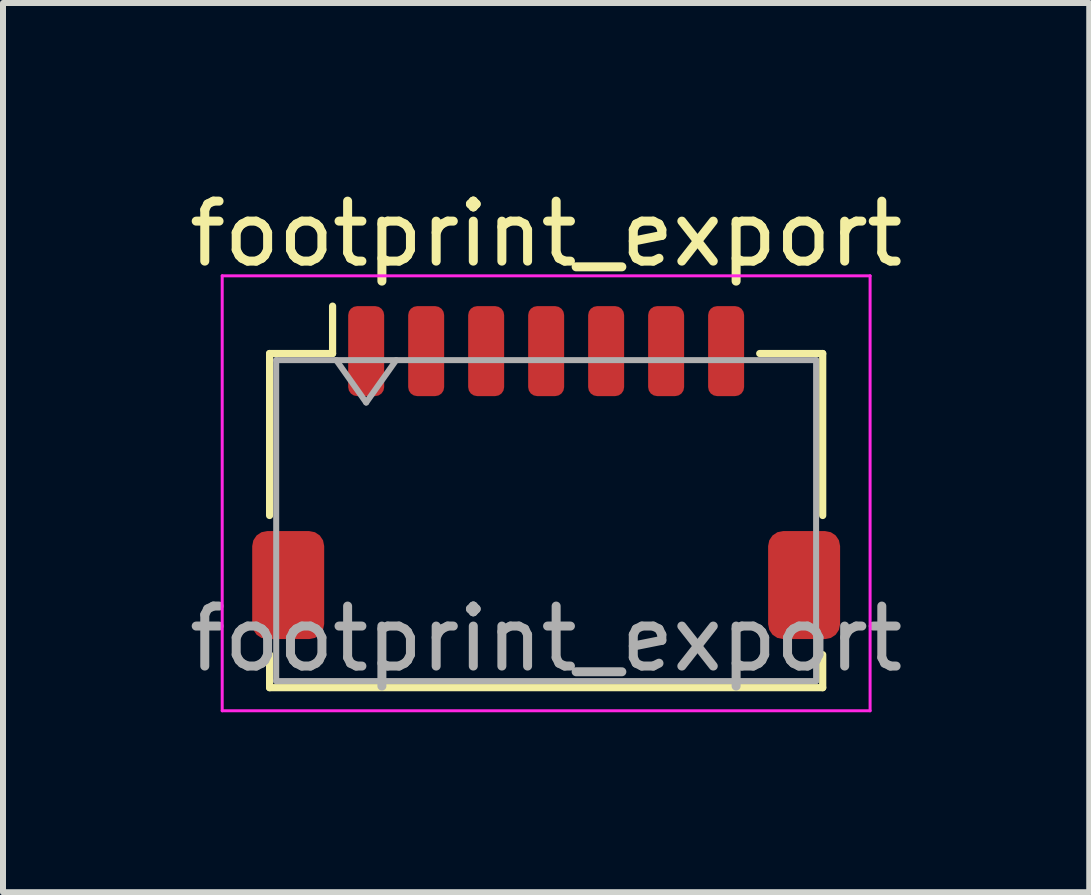
<source format=kicad_pcb>
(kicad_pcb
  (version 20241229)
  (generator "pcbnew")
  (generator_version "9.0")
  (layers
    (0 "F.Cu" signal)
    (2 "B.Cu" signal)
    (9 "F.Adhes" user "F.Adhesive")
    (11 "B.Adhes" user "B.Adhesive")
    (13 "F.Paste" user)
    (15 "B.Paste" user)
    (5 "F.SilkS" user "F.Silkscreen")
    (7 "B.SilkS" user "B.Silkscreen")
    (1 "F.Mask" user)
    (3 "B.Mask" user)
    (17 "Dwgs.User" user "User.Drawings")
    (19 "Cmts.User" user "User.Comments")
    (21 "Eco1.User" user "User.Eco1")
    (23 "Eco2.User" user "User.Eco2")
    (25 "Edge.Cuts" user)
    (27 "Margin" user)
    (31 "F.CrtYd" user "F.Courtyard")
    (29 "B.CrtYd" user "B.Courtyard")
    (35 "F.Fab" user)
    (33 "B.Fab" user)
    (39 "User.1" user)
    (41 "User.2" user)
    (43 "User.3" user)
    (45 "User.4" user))
  (footprint "footprint_export"
    (layer "F.Cu")
    (at 6.054 4.828)
    (property "Reference" "footprint_export" (at 0 -3.98 0) (layer "F.SilkS") (effects (font (size 1 1) (thickness 0.15))))
    (attr smd)
    (fp_line (start -4.61 -1.985) (end -3.56 -1.985) (stroke (width 0.12) (type solid)) (layer "F.SilkS"))
    (fp_line (start -4.61 0.715) (end -4.61 -1.985) (stroke (width 0.12) (type solid)) (layer "F.SilkS"))
    (fp_line (start -4.61 3.035) (end -4.61 3.585) (stroke (width 0.12) (type solid)) (layer "F.SilkS"))
    (fp_line (start -4.61 3.585) (end 4.61 3.585) (stroke (width 0.12) (type solid)) (layer "F.SilkS"))
    (fp_line (start -3.56 -1.985) (end -3.56 -2.775) (stroke (width 0.12) (type solid)) (layer "F.SilkS"))
    (fp_line (start 4.61 -1.985) (end 3.56 -1.985) (stroke (width 0.12) (type solid)) (layer "F.SilkS"))
    (fp_line (start 4.61 0.715) (end 4.61 -1.985) (stroke (width 0.12) (type solid)) (layer "F.SilkS"))
    (fp_line (start 4.61 3.585) (end 4.61 3.035) (stroke (width 0.12) (type solid)) (layer "F.SilkS"))
    (fp_line (start -5.4 -3.28) (end -5.4 3.97) (stroke (width 0.05) (type solid)) (layer "F.CrtYd"))
    (fp_line (start -5.4 3.97) (end 5.4 3.97) (stroke (width 0.05) (type solid)) (layer "F.CrtYd"))
    (fp_line (start 5.4 -3.28) (end -5.4 -3.28) (stroke (width 0.05) (type solid)) (layer "F.CrtYd"))
    (fp_line (start 5.4 3.97) (end 5.4 -3.28) (stroke (width 0.05) (type solid)) (layer "F.CrtYd"))
    (fp_line (start -4.5 -1.875) (end -4.5 3.475) (stroke (width 0.1) (type solid)) (layer "F.Fab"))
    (fp_line (start -4.5 -1.875) (end 4.5 -1.875) (stroke (width 0.1) (type solid)) (layer "F.Fab"))
    (fp_line (start -4.5 3.475) (end 4.5 3.475) (stroke (width 0.1) (type solid)) (layer "F.Fab"))
    (fp_line (start -3.5 -1.875) (end -3 -1.168) (stroke (width 0.1) (type solid)) (layer "F.Fab"))
    (fp_line (start -3 -1.168) (end -2.5 -1.875) (stroke (width 0.1) (type solid)) (layer "F.Fab"))
    (fp_line (start 4.5 -1.875) (end 4.5 3.475) (stroke (width 0.1) (type solid)) (layer "F.Fab"))
    (fp_text user "${REFERENCE}" (at 0 2.77 0) (layer "F.Fab") (effects (font (size 1 1) (thickness 0.15))))
    (pad "1" smd roundrect (at -3 -2.025) (size 0.6 1.5) (layers "F.Cu" "F.Mask" "F.Paste") (roundrect_rratio 0.25))
    (pad "2" smd roundrect (at -2 -2.025) (size 0.6 1.5) (layers "F.Cu" "F.Mask" "F.Paste") (roundrect_rratio 0.25))
    (pad "3" smd roundrect (at -1 -2.025) (size 0.6 1.5) (layers "F.Cu" "F.Mask" "F.Paste") (roundrect_rratio 0.25))
    (pad "4" smd roundrect (at 0 -2.025) (size 0.6 1.5) (layers "F.Cu" "F.Mask" "F.Paste") (roundrect_rratio 0.25))
    (pad "5" smd roundrect (at 1 -2.025) (size 0.6 1.5) (layers "F.Cu" "F.Mask" "F.Paste") (roundrect_rratio 0.25))
    (pad "6" smd roundrect (at 2 -2.025) (size 0.6 1.5) (layers "F.Cu" "F.Mask" "F.Paste") (roundrect_rratio 0.25))
    (pad "7" smd roundrect (at 3 -2.025) (size 0.6 1.5) (layers "F.Cu" "F.Mask" "F.Paste") (roundrect_rratio 0.25))
    (pad "MP" smd roundrect (at -4.3 1.875) (size 1.2 1.8) (layers "F.Cu" "F.Mask" "F.Paste") (roundrect_rratio 0.208))
    (pad "MP" smd roundrect (at 4.3 1.875) (size 1.2 1.8) (layers "F.Cu" "F.Mask" "F.Paste") (roundrect_rratio 0.208)))
  (gr_rect
    (start -3 -3)
    (end 15.107 11.823)
    (stroke (width 0.1) (type default))
    (fill no)
    (layer "Edge.Cuts")))
</source>
